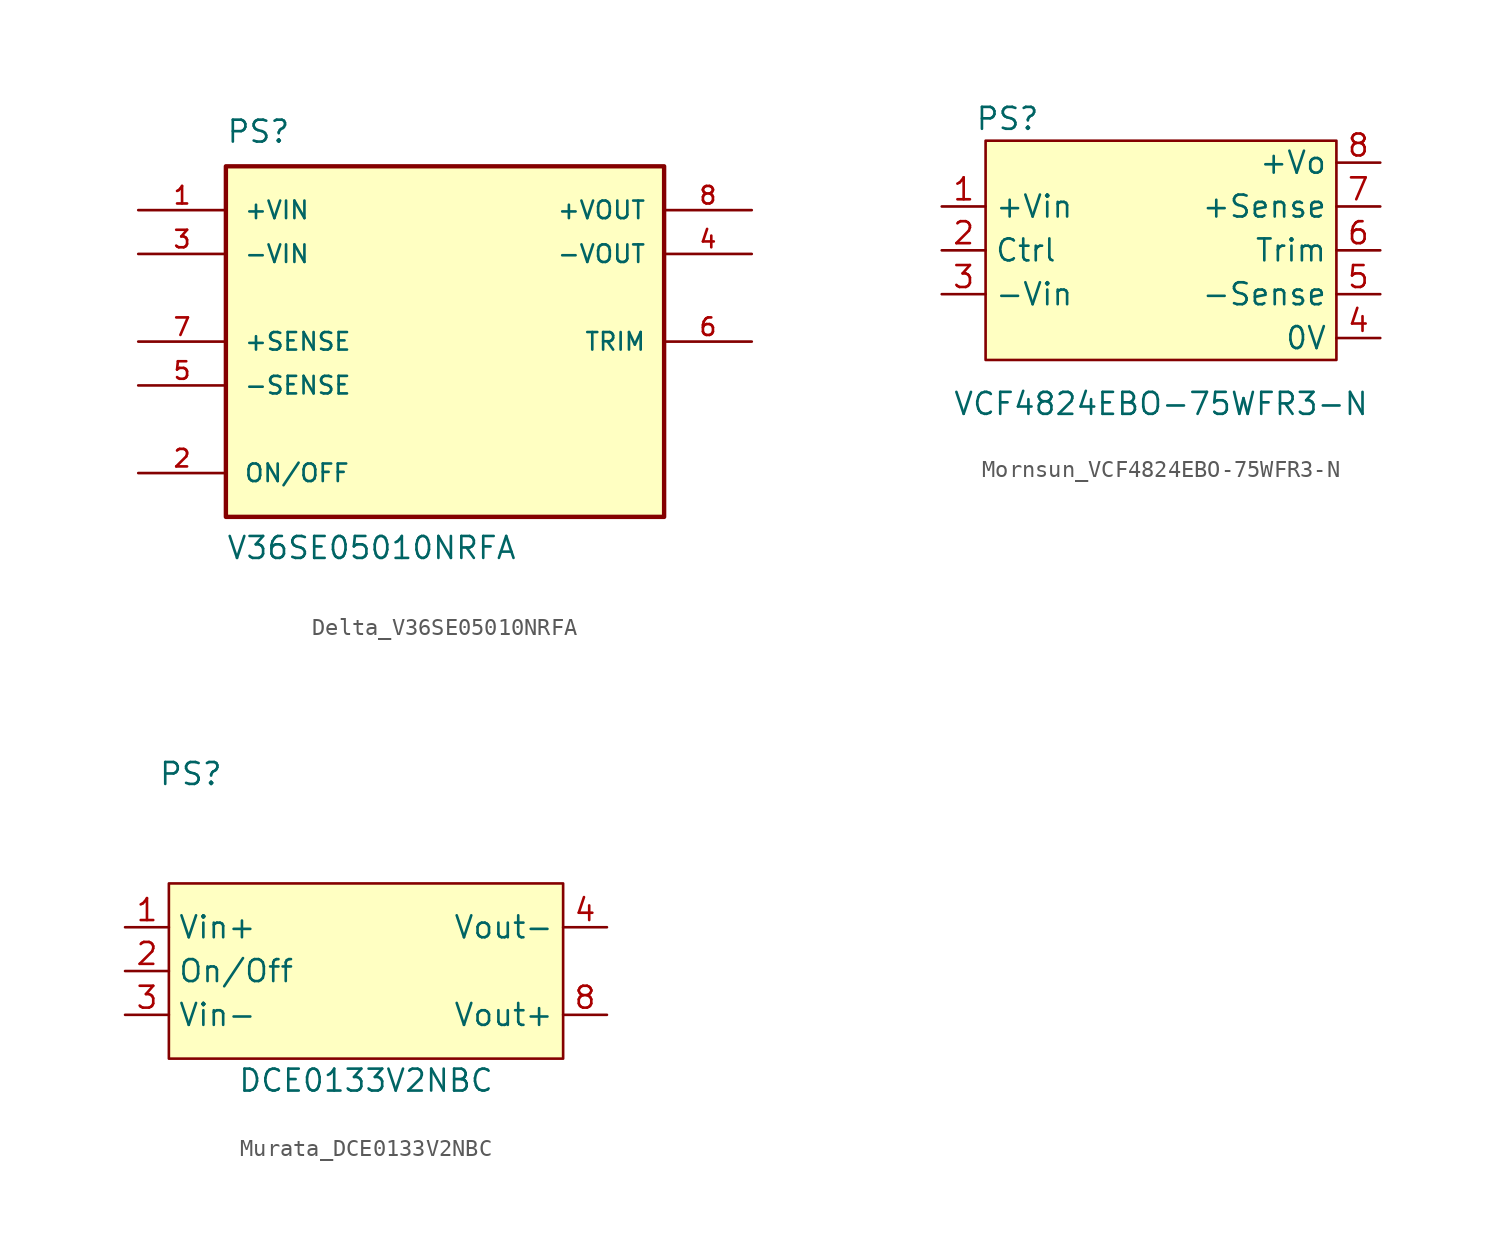
<source format=kicad_sym>
(kicad_symbol_lib
  (version 20220914)
  (generator kicad_symbol_editor)
  (symbol "Delta_V36SE05010NRFA"
    (pin_names
      (offset 1.016))
    (property "Reference" "PS"
      (at -12.7 11.43 0)
      (effects (font (size 1.27 1.27)) (justify left bottom)))
    (property "Value" "V36SE05010NRFA"
      (at -12.7 -12.7 0)
      (effects (font (size 1.27 1.27)) (justify left bottom)))
    (symbol "Delta_V36SE05010NRFA_0_0"
      (rectangle (start -12.7 10.16) (end 12.7 -10.16) (stroke (width 0.254) (type default)) (fill (type background)))
      (pin input line (at -17.78 7.62 0) (length 5.08) (name "+VIN" (effects (font (size 1.016 1.016)))) (number "1" (effects (font (size 1.016 1.016)))))
      (pin input line (at -17.78 -7.62 0) (length 5.08) (name "ON/OFF" (effects (font (size 1.016 1.016)))) (number "2" (effects (font (size 1.016 1.016)))))
      (pin input line (at -17.78 5.08 0) (length 5.08) (name "-VIN" (effects (font (size 1.016 1.016)))) (number "3" (effects (font (size 1.016 1.016)))))
      (pin output line (at 17.78 5.08 180) (length 5.08) (name "-VOUT" (effects (font (size 1.016 1.016)))) (number "4" (effects (font (size 1.016 1.016)))))
      (pin input line (at -17.78 -2.54 0) (length 5.08) (name "-SENSE" (effects (font (size 1.016 1.016)))) (number "5" (effects (font (size 1.016 1.016)))))
      (pin bidirectional line (at 17.78 0 180) (length 5.08) (name "TRIM" (effects (font (size 1.016 1.016)))) (number "6" (effects (font (size 1.016 1.016)))))
      (pin input line (at -17.78 0 0) (length 5.08) (name "+SENSE" (effects (font (size 1.016 1.016)))) (number "7" (effects (font (size 1.016 1.016)))))
      (pin output line (at 17.78 7.62 180) (length 5.08) (name "+VOUT" (effects (font (size 1.016 1.016)))) (number "8" (effects (font (size 1.016 1.016)))))))
  (symbol "Mornsun_VCF4824EBO-75WFR3-N"
    (property "Reference" "PS"
      (at -8.89 13.97 0)
      (effects (font (size 1.27 1.27))))
    (property "Value" "VCF4824EBO-75WFR3-N"
      (at 0 -2.54 0)
      (effects (font (size 1.27 1.27))))
    (symbol "Mornsun_VCF4824EBO-75WFR3-N_1_1"
      (rectangle (start -10.16 12.7) (end 10.16 0) (stroke (width 0) (type default)) (fill (type background)))
      (pin power_in line (at -12.7 8.89 0) (length 2.54) (name "+Vin" (effects (font (size 1.27 1.27)))) (number "1" (effects (font (size 1.27 1.27)))))
      (pin input line (at -12.7 6.35 0) (length 2.54) (name "Ctrl" (effects (font (size 1.27 1.27)))) (number "2" (effects (font (size 1.27 1.27)))))
      (pin power_in line (at -12.7 3.81 0) (length 2.54) (name "-Vin" (effects (font (size 1.27 1.27)))) (number "3" (effects (font (size 1.27 1.27)))))
      (pin power_out line (at 12.7 1.27 180) (length 2.54) (name "0V" (effects (font (size 1.27 1.27)))) (number "4" (effects (font (size 1.27 1.27)))))
      (pin power_in line (at 12.7 3.81 180) (length 2.54) (name "-Sense" (effects (font (size 1.27 1.27)))) (number "5" (effects (font (size 1.27 1.27)))))
      (pin bidirectional line (at 12.7 6.35 180) (length 2.54) (name "Trim" (effects (font (size 1.27 1.27)))) (number "6" (effects (font (size 1.27 1.27)))))
      (pin power_in line (at 12.7 8.89 180) (length 2.54) (name "+Sense" (effects (font (size 1.27 1.27)))) (number "7" (effects (font (size 1.27 1.27)))))
      (pin power_out line (at 12.7 11.43 180) (length 2.54) (name "+Vo" (effects (font (size 1.27 1.27)))) (number "8" (effects (font (size 1.27 1.27)))))))
  (symbol "Murata_DCE0133V2NBC"
    (property "Reference" "PS"
      (at 1.27 16.51 0)
      (effects (font (size 1.27 1.27))))
    (property "Value" "DCE0133V2NBC"
      (at 11.43 -1.27 0)
      (effects (font (size 1.27 1.27))))
    (symbol "Murata_DCE0133V2NBC_1_1"
      (rectangle (start 0 10.16) (end 22.86 0) (stroke (width 0) (type default)) (fill (type background)))
      (pin power_in line (at -2.54 7.62 0) (length 2.54) (name "Vin+" (effects (font (size 1.27 1.27)))) (number "1" (effects (font (size 1.27 1.27)))))
      (pin input line (at -2.54 5.08 0) (length 2.54) (name "On/Off" (effects (font (size 1.27 1.27)))) (number "2" (effects (font (size 1.27 1.27)))))
      (pin power_in line (at -2.54 2.54 0) (length 2.54) (name "Vin-" (effects (font (size 1.27 1.27)))) (number "3" (effects (font (size 1.27 1.27)))))
      (pin power_out line (at 25.4 7.62 180) (length 2.54) (name "Vout-" (effects (font (size 1.27 1.27)))) (number "4" (effects (font (size 1.27 1.27)))))
      (pin power_out line (at 25.4 2.54 180) (length 2.54) (name "Vout+" (effects (font (size 1.27 1.27)))) (number "8" (effects (font (size 1.27 1.27))))))))
</source>
